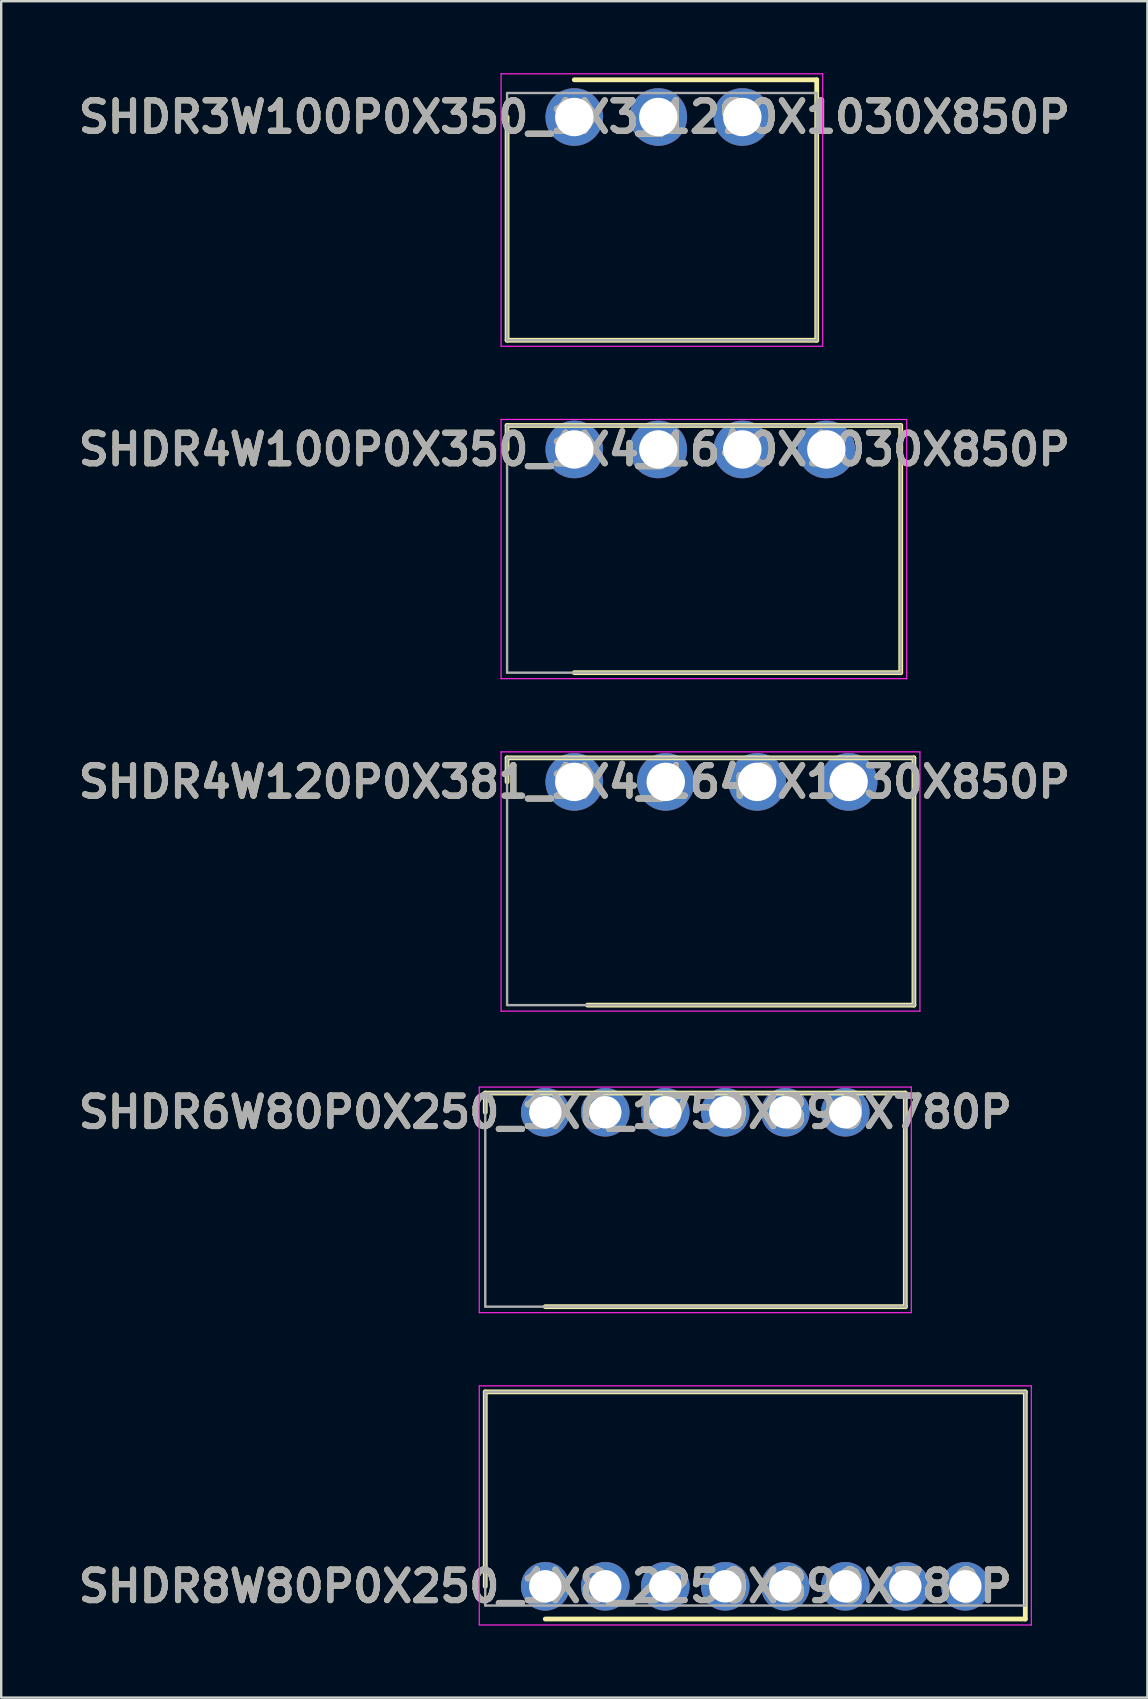
<source format=kicad_pcb>
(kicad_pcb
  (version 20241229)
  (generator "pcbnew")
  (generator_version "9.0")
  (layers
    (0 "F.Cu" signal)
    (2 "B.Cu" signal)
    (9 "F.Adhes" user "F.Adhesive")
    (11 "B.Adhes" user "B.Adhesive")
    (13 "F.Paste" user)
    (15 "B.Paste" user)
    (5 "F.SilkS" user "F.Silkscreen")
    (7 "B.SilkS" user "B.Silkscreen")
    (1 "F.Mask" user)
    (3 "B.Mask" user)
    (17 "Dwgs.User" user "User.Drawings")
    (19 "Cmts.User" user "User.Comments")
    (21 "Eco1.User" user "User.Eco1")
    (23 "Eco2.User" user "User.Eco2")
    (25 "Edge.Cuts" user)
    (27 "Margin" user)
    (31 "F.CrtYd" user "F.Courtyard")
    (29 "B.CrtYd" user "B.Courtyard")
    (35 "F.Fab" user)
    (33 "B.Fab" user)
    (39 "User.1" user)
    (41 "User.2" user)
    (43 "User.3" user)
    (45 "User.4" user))
  (footprint "SHDR3W100P0X350_1X3_1290X1030X850P"
    (layer "F.Cu")
    (at 20.876 1.825)
    (property "Reference" "SHDR3W100P0X350_1X3_1290X1030X850P" (at 0 0 0) (layer "F.SilkS") (effects (font (size 1.27 1.27) (thickness 0.254))))
    (attr through_hole)
    (fp_line (start -2.8 9.3) (end -2.8 0) (stroke (width 0.2) (type solid)) (layer "F.SilkS"))
    (fp_line (start 0 -1.55) (end 10.1 -1.55) (stroke (width 0.2) (type solid)) (layer "F.SilkS"))
    (fp_line (start 10.1 -1.55) (end 10.1 9.3) (stroke (width 0.2) (type solid)) (layer "F.SilkS"))
    (fp_line (start 10.1 9.3) (end -2.8 9.3) (stroke (width 0.2) (type solid)) (layer "F.SilkS"))
    (fp_line (start -3.05 -1.8) (end 10.35 -1.8) (stroke (width 0.05) (type solid)) (layer "F.CrtYd"))
    (fp_line (start -3.05 9.55) (end -3.05 -1.8) (stroke (width 0.05) (type solid)) (layer "F.CrtYd"))
    (fp_line (start 10.35 -1.8) (end 10.35 9.55) (stroke (width 0.05) (type solid)) (layer "F.CrtYd"))
    (fp_line (start 10.35 9.55) (end -3.05 9.55) (stroke (width 0.05) (type solid)) (layer "F.CrtYd"))
    (fp_line (start -2.8 -1) (end 10.1 -1) (stroke (width 0.1) (type solid)) (layer "F.Fab"))
    (fp_line (start -2.8 9.3) (end -2.8 -1) (stroke (width 0.1) (type solid)) (layer "F.Fab"))
    (fp_line (start 10.1 -1) (end 10.1 9.3) (stroke (width 0.1) (type solid)) (layer "F.Fab"))
    (fp_line (start 10.1 9.3) (end -2.8 9.3) (stroke (width 0.1) (type solid)) (layer "F.Fab"))
    (fp_text user "${REFERENCE}" (at 0 0 0) (layer "F.Fab") (effects (font (size 1.27 1.27) (thickness 0.254))))
    (pad "1" thru_hole circle (at 0 0) (size 2.4 2.4) (drill 1.6) (layers "*.Cu" "*.Mask"))
    (pad "2" thru_hole circle (at 3.5 0) (size 2.4 2.4) (drill 1.6) (layers "*.Cu" "*.Mask"))
    (pad "3" thru_hole circle (at 7 0) (size 2.4 2.4) (drill 1.6) (layers "*.Cu" "*.Mask")))
  (footprint "SHDR8W80P0X250_1X8_2250X890X780P"
    (layer "F.Cu")
    (at 19.667 63.039)
    (property "Reference" "SHDR8W80P0X250_1X8_2250X890X780P" (at 0 0 0) (layer "F.SilkS") (effects (font (size 1.27 1.27) (thickness 0.254))))
    (attr through_hole)
    (fp_line (start -2.5 -8.1) (end -2.5 0) (stroke (width 0.2) (type solid)) (layer "F.SilkS"))
    (fp_line (start 0 1.363) (end 20 1.363) (stroke (width 0.2) (type solid)) (layer "F.SilkS"))
    (fp_line (start 20 -8.1) (end -2.5 -8.1) (stroke (width 0.2) (type solid)) (layer "F.SilkS"))
    (fp_line (start 20 1.363) (end 20 -8.1) (stroke (width 0.2) (type solid)) (layer "F.SilkS"))
    (fp_line (start -2.75 -8.35) (end 20.25 -8.35) (stroke (width 0.05) (type solid)) (layer "F.CrtYd"))
    (fp_line (start -2.75 1.613) (end -2.75 -8.35) (stroke (width 0.05) (type solid)) (layer "F.CrtYd"))
    (fp_line (start 20.25 -8.35) (end 20.25 1.613) (stroke (width 0.05) (type solid)) (layer "F.CrtYd"))
    (fp_line (start 20.25 1.613) (end -2.75 1.613) (stroke (width 0.05) (type solid)) (layer "F.CrtYd"))
    (fp_line (start -2.5 -8.1) (end 20 -8.1) (stroke (width 0.1) (type solid)) (layer "F.Fab"))
    (fp_line (start -2.5 0.8) (end -2.5 -8.1) (stroke (width 0.1) (type solid)) (layer "F.Fab"))
    (fp_line (start 20 -8.1) (end 20 0.8) (stroke (width 0.1) (type solid)) (layer "F.Fab"))
    (fp_line (start 20 0.8) (end -2.5 0.8) (stroke (width 0.1) (type solid)) (layer "F.Fab"))
    (fp_text user "${REFERENCE}" (at 0 0 0) (layer "F.Fab") (effects (font (size 1.27 1.27) (thickness 0.254))))
    (pad "1" thru_hole circle (at 0 0) (size 2.025 2.025) (drill 1.35) (layers "*.Cu" "*.Mask"))
    (pad "2" thru_hole circle (at 2.5 0) (size 2.025 2.025) (drill 1.35) (layers "*.Cu" "*.Mask"))
    (pad "3" thru_hole circle (at 5 0) (size 2.025 2.025) (drill 1.35) (layers "*.Cu" "*.Mask"))
    (pad "4" thru_hole circle (at 7.5 0) (size 2.025 2.025) (drill 1.35) (layers "*.Cu" "*.Mask"))
    (pad "5" thru_hole circle (at 10 0) (size 2.025 2.025) (drill 1.35) (layers "*.Cu" "*.Mask"))
    (pad "6" thru_hole circle (at 12.5 0) (size 2.025 2.025) (drill 1.35) (layers "*.Cu" "*.Mask"))
    (pad "7" thru_hole circle (at 15 0) (size 2.025 2.025) (drill 1.35) (layers "*.Cu" "*.Mask"))
    (pad "8" thru_hole circle (at 17.5 0) (size 2.025 2.025) (drill 1.35) (layers "*.Cu" "*.Mask")))
  (footprint "SHDR4W120P0X381_1X4_1640X1030X850P"
    (layer "F.Cu")
    (at 20.876 29.525)
    (property "Reference" "SHDR4W120P0X381_1X4_1640X1030X850P" (at 0 0 0) (layer "F.SilkS") (effects (font (size 1.27 1.27) (thickness 0.254))))
    (attr through_hole)
    (fp_line (start -2.8 -1) (end -2.8 0) (stroke (width 0.2) (type solid)) (layer "F.SilkS"))
    (fp_line (start 0.55 9.3) (end 14.15 9.3) (stroke (width 0.2) (type solid)) (layer "F.SilkS"))
    (fp_line (start 14.15 -1) (end -2.8 -1) (stroke (width 0.2) (type solid)) (layer "F.SilkS"))
    (fp_line (start 14.15 9.3) (end 14.15 -1) (stroke (width 0.2) (type solid)) (layer "F.SilkS"))
    (fp_line (start -3.05 -1.25) (end 14.4 -1.25) (stroke (width 0.05) (type solid)) (layer "F.CrtYd"))
    (fp_line (start -3.05 9.55) (end -3.05 -1.25) (stroke (width 0.05) (type solid)) (layer "F.CrtYd"))
    (fp_line (start 14.4 -1.25) (end 14.4 9.55) (stroke (width 0.05) (type solid)) (layer "F.CrtYd"))
    (fp_line (start 14.4 9.55) (end -3.05 9.55) (stroke (width 0.05) (type solid)) (layer "F.CrtYd"))
    (fp_line (start -2.8 -1) (end 14.15 -1) (stroke (width 0.1) (type solid)) (layer "F.Fab"))
    (fp_line (start -2.8 9.3) (end -2.8 -1) (stroke (width 0.1) (type solid)) (layer "F.Fab"))
    (fp_line (start 14.15 -1) (end 14.15 9.3) (stroke (width 0.1) (type solid)) (layer "F.Fab"))
    (fp_line (start 14.15 9.3) (end -2.8 9.3) (stroke (width 0.1) (type solid)) (layer "F.Fab"))
    (fp_text user "${REFERENCE}" (at 0 0 0) (layer "F.Fab") (effects (font (size 1.27 1.27) (thickness 0.254))))
    (pad "1" thru_hole circle (at 0 0) (size 2.4 2.4) (drill 1.6) (layers "*.Cu" "*.Mask"))
    (pad "2" thru_hole circle (at 3.81 0) (size 2.4 2.4) (drill 1.6) (layers "*.Cu" "*.Mask"))
    (pad "3" thru_hole circle (at 7.62 0) (size 2.4 2.4) (drill 1.6) (layers "*.Cu" "*.Mask"))
    (pad "4" thru_hole circle (at 11.43 0) (size 2.4 2.4) (drill 1.6) (layers "*.Cu" "*.Mask")))
  (footprint "SHDR6W80P0X250_1X6_1750X890X780P"
    (layer "F.Cu")
    (at 19.667 43.289)
    (property "Reference" "SHDR6W80P0X250_1X6_1750X890X780P" (at 0 0 0) (layer "F.SilkS") (effects (font (size 1.27 1.27) (thickness 0.254))))
    (attr through_hole)
    (fp_line (start -2.5 -0.8) (end -2.5 0) (stroke (width 0.2) (type solid)) (layer "F.SilkS"))
    (fp_line (start 0 8.1) (end 15 8.1) (stroke (width 0.2) (type solid)) (layer "F.SilkS"))
    (fp_line (start 15 -0.8) (end -2.5 -0.8) (stroke (width 0.2) (type solid)) (layer "F.SilkS"))
    (fp_line (start 15 8.1) (end 15 -0.8) (stroke (width 0.2) (type solid)) (layer "F.SilkS"))
    (fp_line (start -2.75 -1.05) (end 15.25 -1.05) (stroke (width 0.05) (type solid)) (layer "F.CrtYd"))
    (fp_line (start -2.75 8.35) (end -2.75 -1.05) (stroke (width 0.05) (type solid)) (layer "F.CrtYd"))
    (fp_line (start 15.25 -1.05) (end 15.25 8.35) (stroke (width 0.05) (type solid)) (layer "F.CrtYd"))
    (fp_line (start 15.25 8.35) (end -2.75 8.35) (stroke (width 0.05) (type solid)) (layer "F.CrtYd"))
    (fp_line (start -2.5 -0.8) (end 15 -0.8) (stroke (width 0.1) (type solid)) (layer "F.Fab"))
    (fp_line (start -2.5 8.1) (end -2.5 -0.8) (stroke (width 0.1) (type solid)) (layer "F.Fab"))
    (fp_line (start 15 -0.8) (end 15 8.1) (stroke (width 0.1) (type solid)) (layer "F.Fab"))
    (fp_line (start 15 8.1) (end -2.5 8.1) (stroke (width 0.1) (type solid)) (layer "F.Fab"))
    (fp_text user "${REFERENCE}" (at 0 0 0) (layer "F.Fab") (effects (font (size 1.27 1.27) (thickness 0.254))))
    (pad "1" thru_hole circle (at 0 0) (size 2.025 2.025) (drill 1.35) (layers "*.Cu" "*.Mask"))
    (pad "2" thru_hole circle (at 2.5 0) (size 2.025 2.025) (drill 1.35) (layers "*.Cu" "*.Mask"))
    (pad "3" thru_hole circle (at 5 0) (size 2.025 2.025) (drill 1.35) (layers "*.Cu" "*.Mask"))
    (pad "4" thru_hole circle (at 7.5 0) (size 2.025 2.025) (drill 1.35) (layers "*.Cu" "*.Mask"))
    (pad "5" thru_hole circle (at 10 0) (size 2.025 2.025) (drill 1.35) (layers "*.Cu" "*.Mask"))
    (pad "6" thru_hole circle (at 12.5 0) (size 2.025 2.025) (drill 1.35) (layers "*.Cu" "*.Mask")))
  (footprint "SHDR4W100P0X350_1X4_1640X1030X850P"
    (layer "F.Cu")
    (at 20.876 15.675)
    (property "Reference" "SHDR4W100P0X350_1X4_1640X1030X850P" (at 0 0 0) (layer "F.SilkS") (effects (font (size 1.27 1.27) (thickness 0.254))))
    (attr through_hole)
    (fp_line (start -2.8 -1) (end -2.8 0) (stroke (width 0.2) (type solid)) (layer "F.SilkS"))
    (fp_line (start 0 9.3) (end 13.6 9.3) (stroke (width 0.2) (type solid)) (layer "F.SilkS"))
    (fp_line (start 13.6 -1) (end -2.8 -1) (stroke (width 0.2) (type solid)) (layer "F.SilkS"))
    (fp_line (start 13.6 9.3) (end 13.6 -1) (stroke (width 0.2) (type solid)) (layer "F.SilkS"))
    (fp_line (start -3.05 -1.25) (end 13.85 -1.25) (stroke (width 0.05) (type solid)) (layer "F.CrtYd"))
    (fp_line (start -3.05 9.55) (end -3.05 -1.25) (stroke (width 0.05) (type solid)) (layer "F.CrtYd"))
    (fp_line (start 13.85 -1.25) (end 13.85 9.55) (stroke (width 0.05) (type solid)) (layer "F.CrtYd"))
    (fp_line (start 13.85 9.55) (end -3.05 9.55) (stroke (width 0.05) (type solid)) (layer "F.CrtYd"))
    (fp_line (start -2.8 -1) (end 13.6 -1) (stroke (width 0.1) (type solid)) (layer "F.Fab"))
    (fp_line (start -2.8 9.3) (end -2.8 -1) (stroke (width 0.1) (type solid)) (layer "F.Fab"))
    (fp_line (start 13.6 -1) (end 13.6 9.3) (stroke (width 0.1) (type solid)) (layer "F.Fab"))
    (fp_line (start 13.6 9.3) (end -2.8 9.3) (stroke (width 0.1) (type solid)) (layer "F.Fab"))
    (fp_text user "${REFERENCE}" (at 0 0 0) (layer "F.Fab") (effects (font (size 1.27 1.27) (thickness 0.254))))
    (pad "1" thru_hole circle (at 0 0) (size 2.4 2.4) (drill 1.6) (layers "*.Cu" "*.Mask"))
    (pad "2" thru_hole circle (at 3.5 0) (size 2.4 2.4) (drill 1.6) (layers "*.Cu" "*.Mask"))
    (pad "3" thru_hole circle (at 7 0) (size 2.4 2.4) (drill 1.6) (layers "*.Cu" "*.Mask"))
    (pad "4" thru_hole circle (at 10.5 0) (size 2.4 2.4) (drill 1.6) (layers "*.Cu" "*.Mask")))
  (gr_rect
    (start -3 -3)
    (end 44.753 67.676)
    (stroke (width 0.1) (type default))
    (fill no)
    (layer "Edge.Cuts")))
</source>
